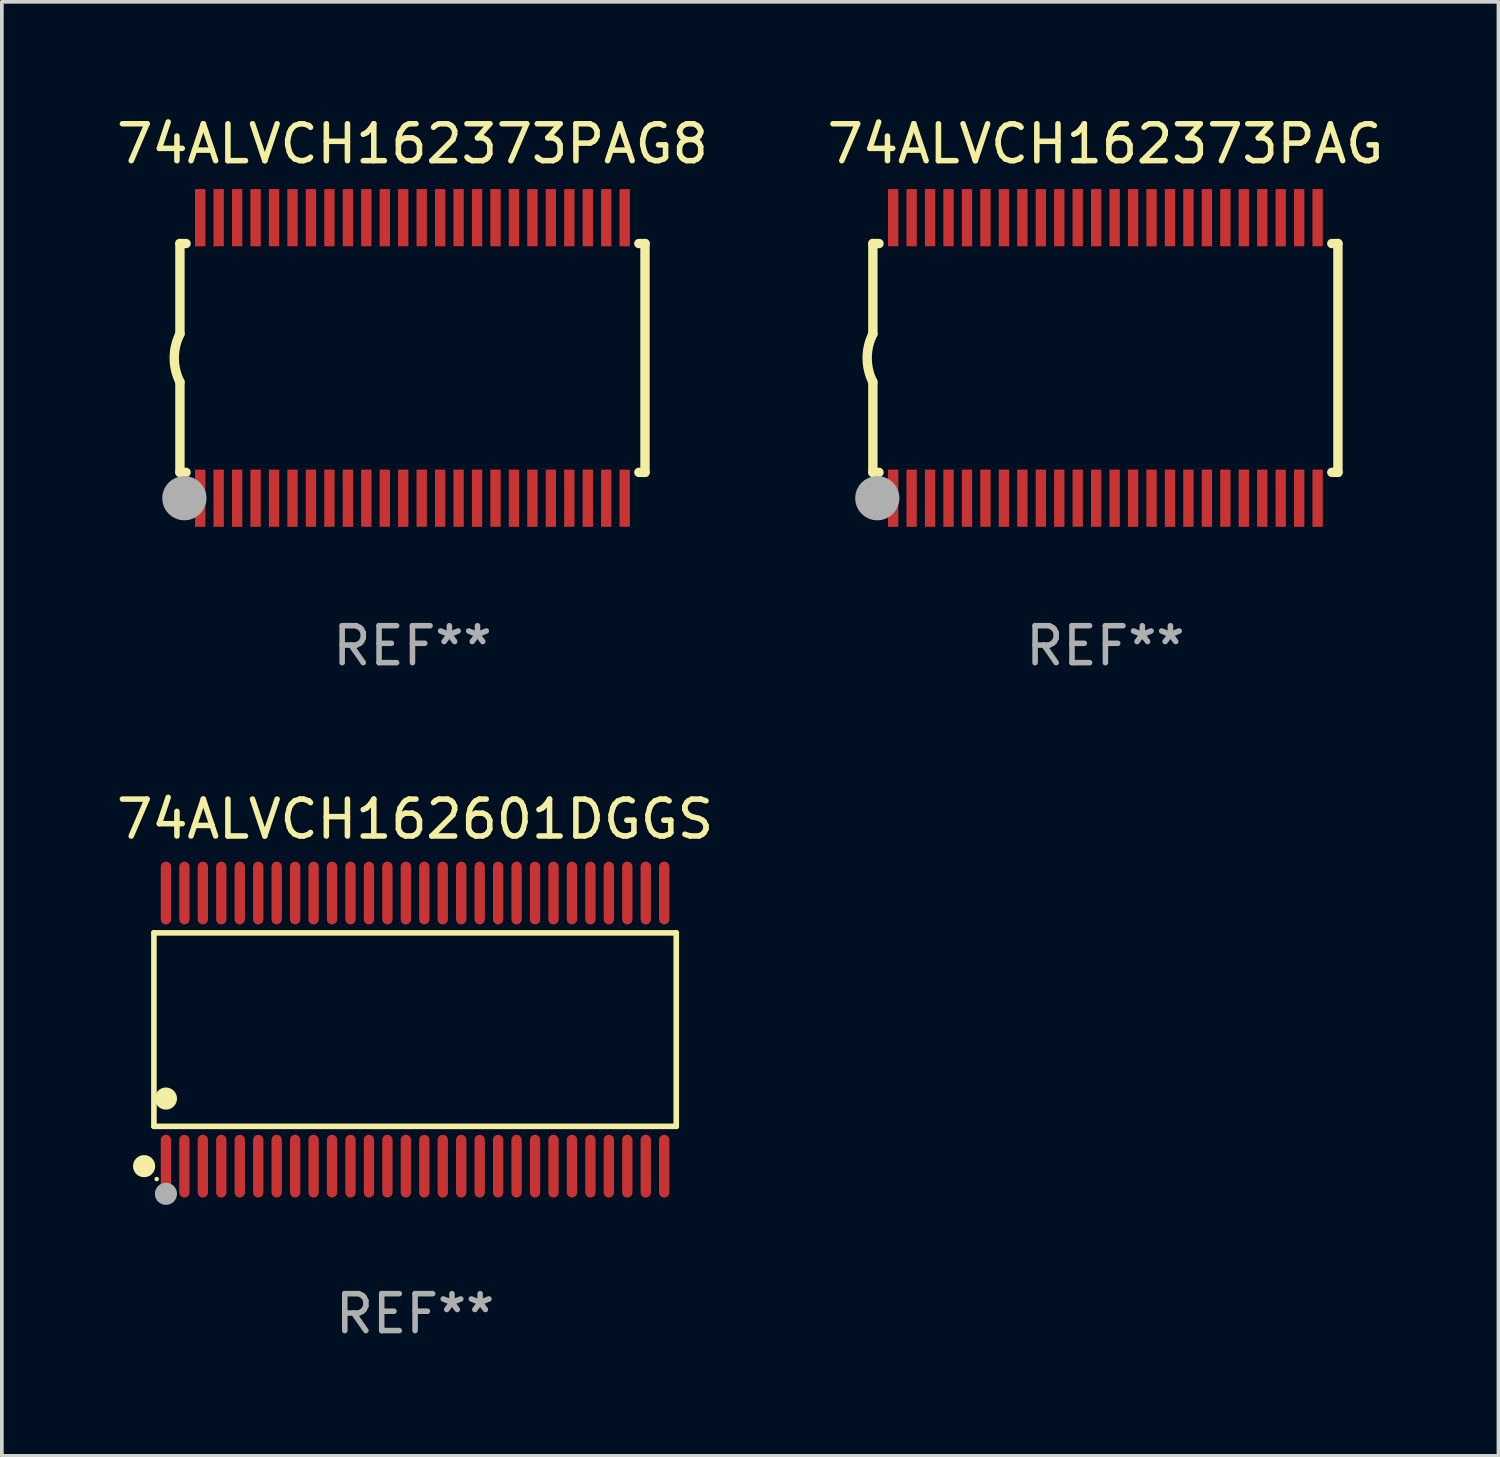
<source format=kicad_pcb>
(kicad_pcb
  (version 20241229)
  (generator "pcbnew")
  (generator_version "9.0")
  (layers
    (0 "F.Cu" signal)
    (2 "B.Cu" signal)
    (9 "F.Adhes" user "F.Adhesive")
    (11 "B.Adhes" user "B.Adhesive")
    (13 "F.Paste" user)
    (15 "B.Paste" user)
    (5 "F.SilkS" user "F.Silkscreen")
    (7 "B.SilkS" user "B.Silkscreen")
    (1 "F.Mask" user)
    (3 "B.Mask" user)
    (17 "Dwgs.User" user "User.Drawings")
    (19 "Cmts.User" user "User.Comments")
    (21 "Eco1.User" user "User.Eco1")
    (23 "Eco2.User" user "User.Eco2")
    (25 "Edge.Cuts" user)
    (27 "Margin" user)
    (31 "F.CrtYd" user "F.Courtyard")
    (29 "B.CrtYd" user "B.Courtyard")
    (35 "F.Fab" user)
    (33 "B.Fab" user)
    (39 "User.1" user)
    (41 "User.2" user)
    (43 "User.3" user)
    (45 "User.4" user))
  (footprint "74ALVCH162373PAG8"
    (layer "F.Cu")
    (at 8.125 6.648)
    (property "Reference" "74ALVCH162373PAG8" (at 0 -5.8 0) (layer "F.SilkS") (effects (font (size 1 1) (thickness 0.15))))
    (attr through_hole)
    (fp_line (start -6.3 -3.1) (end -6.3 -0.65) (stroke (width 0.254) (type solid)) (layer "F.SilkS"))
    (fp_line (start -6.3 -3.1) (end -6.134 -3.1) (stroke (width 0.254) (type solid)) (layer "F.SilkS"))
    (fp_line (start -6.3 3.1) (end -6.3 0.65) (stroke (width 0.254) (type solid)) (layer "F.SilkS"))
    (fp_line (start -6.3 3.1) (end -6.134 3.1) (stroke (width 0.254) (type solid)) (layer "F.SilkS"))
    (fp_line (start 6.134 -3.1) (end 6.3 -3.1) (stroke (width 0.254) (type solid)) (layer "F.SilkS"))
    (fp_line (start 6.134 3.1) (end 6.3 3.1) (stroke (width 0.254) (type solid)) (layer "F.SilkS"))
    (fp_line (start 6.3 -3.1) (end 6.3 3.1) (stroke (width 0.254) (type solid)) (layer "F.SilkS"))
    (fp_arc (start -6.301016 0.650114) (mid -6.45413 -0.000082) (end -6.3 -0.650038) (stroke (width 0.254001) (type solid)) (layer "F.SilkS"))
    (fp_circle (center -6.35 3.81) (end -6.223 3.81) (stroke (width 0.254) (type solid)) (fill no) (layer "F.SilkS"))
    (fp_circle (center -6.25 4.05) (end -6.22 4.05) (stroke (width 0.06) (type solid)) (fill no) (layer "F.SilkS"))
    (fp_circle (center -6.18 3.8) (end -5.88 3.8) (stroke (width 0.6) (type solid)) (fill no) (layer "F.Fab"))
    (fp_text user "REF**" (at 0 7.8 0) (layer "F.Fab") (effects (font (size 1 1) (thickness 0.15))))
    (pad "1" smd rect (at -5.75 3.8) (size 0.28 1.55) (layers "F.Cu" "F.Mask" "F.Paste"))
    (pad "2" smd rect (at -5.25 3.8) (size 0.28 1.55) (layers "F.Cu" "F.Mask" "F.Paste"))
    (pad "3" smd rect (at -4.75 3.8) (size 0.28 1.55) (layers "F.Cu" "F.Mask" "F.Paste"))
    (pad "4" smd rect (at -4.25 3.8) (size 0.28 1.55) (layers "F.Cu" "F.Mask" "F.Paste"))
    (pad "5" smd rect (at -3.75 3.8) (size 0.28 1.55) (layers "F.Cu" "F.Mask" "F.Paste"))
    (pad "6" smd rect (at -3.25 3.8) (size 0.28 1.55) (layers "F.Cu" "F.Mask" "F.Paste"))
    (pad "7" smd rect (at -2.75 3.8) (size 0.28 1.55) (layers "F.Cu" "F.Mask" "F.Paste"))
    (pad "8" smd rect (at -2.25 3.8) (size 0.28 1.55) (layers "F.Cu" "F.Mask" "F.Paste"))
    (pad "9" smd rect (at -1.75 3.8) (size 0.28 1.55) (layers "F.Cu" "F.Mask" "F.Paste"))
    (pad "10" smd rect (at -1.25 3.8) (size 0.28 1.55) (layers "F.Cu" "F.Mask" "F.Paste"))
    (pad "11" smd rect (at -0.75 3.8) (size 0.28 1.55) (layers "F.Cu" "F.Mask" "F.Paste"))
    (pad "12" smd rect (at -0.25 3.8) (size 0.28 1.55) (layers "F.Cu" "F.Mask" "F.Paste"))
    (pad "13" smd rect (at 0.25 3.8) (size 0.28 1.55) (layers "F.Cu" "F.Mask" "F.Paste"))
    (pad "14" smd rect (at 0.75 3.8) (size 0.28 1.55) (layers "F.Cu" "F.Mask" "F.Paste"))
    (pad "15" smd rect (at 1.25 3.8) (size 0.28 1.55) (layers "F.Cu" "F.Mask" "F.Paste"))
    (pad "16" smd rect (at 1.75 3.8) (size 0.28 1.55) (layers "F.Cu" "F.Mask" "F.Paste"))
    (pad "17" smd rect (at 2.25 3.8) (size 0.28 1.55) (layers "F.Cu" "F.Mask" "F.Paste"))
    (pad "18" smd rect (at 2.75 3.8) (size 0.28 1.55) (layers "F.Cu" "F.Mask" "F.Paste"))
    (pad "19" smd rect (at 3.25 3.8) (size 0.28 1.55) (layers "F.Cu" "F.Mask" "F.Paste"))
    (pad "20" smd rect (at 3.75 3.8) (size 0.28 1.55) (layers "F.Cu" "F.Mask" "F.Paste"))
    (pad "21" smd rect (at 4.25 3.8) (size 0.28 1.55) (layers "F.Cu" "F.Mask" "F.Paste"))
    (pad "22" smd rect (at 4.75 3.8) (size 0.28 1.55) (layers "F.Cu" "F.Mask" "F.Paste"))
    (pad "23" smd rect (at 5.25 3.8) (size 0.28 1.55) (layers "F.Cu" "F.Mask" "F.Paste"))
    (pad "24" smd rect (at 5.75 3.8) (size 0.28 1.55) (layers "F.Cu" "F.Mask" "F.Paste"))
    (pad "25" smd rect (at 5.75 -3.8) (size 0.28 1.55) (layers "F.Cu" "F.Mask" "F.Paste"))
    (pad "26" smd rect (at 5.25 -3.8) (size 0.28 1.55) (layers "F.Cu" "F.Mask" "F.Paste"))
    (pad "27" smd rect (at 4.75 -3.8) (size 0.28 1.55) (layers "F.Cu" "F.Mask" "F.Paste"))
    (pad "28" smd rect (at 4.25 -3.8) (size 0.28 1.55) (layers "F.Cu" "F.Mask" "F.Paste"))
    (pad "29" smd rect (at 3.75 -3.8) (size 0.28 1.55) (layers "F.Cu" "F.Mask" "F.Paste"))
    (pad "30" smd rect (at 3.25 -3.8) (size 0.28 1.55) (layers "F.Cu" "F.Mask" "F.Paste"))
    (pad "31" smd rect (at 2.75 -3.8) (size 0.28 1.55) (layers "F.Cu" "F.Mask" "F.Paste"))
    (pad "32" smd rect (at 2.25 -3.8) (size 0.28 1.55) (layers "F.Cu" "F.Mask" "F.Paste"))
    (pad "33" smd rect (at 1.75 -3.8) (size 0.28 1.55) (layers "F.Cu" "F.Mask" "F.Paste"))
    (pad "34" smd rect (at 1.25 -3.8) (size 0.28 1.55) (layers "F.Cu" "F.Mask" "F.Paste"))
    (pad "35" smd rect (at 0.75 -3.8) (size 0.28 1.55) (layers "F.Cu" "F.Mask" "F.Paste"))
    (pad "36" smd rect (at 0.25 -3.8) (size 0.28 1.55) (layers "F.Cu" "F.Mask" "F.Paste"))
    (pad "37" smd rect (at -0.25 -3.8) (size 0.28 1.55) (layers "F.Cu" "F.Mask" "F.Paste"))
    (pad "38" smd rect (at -0.75 -3.8) (size 0.28 1.55) (layers "F.Cu" "F.Mask" "F.Paste"))
    (pad "39" smd rect (at -1.25 -3.8) (size 0.28 1.55) (layers "F.Cu" "F.Mask" "F.Paste"))
    (pad "40" smd rect (at -1.75 -3.8) (size 0.28 1.55) (layers "F.Cu" "F.Mask" "F.Paste"))
    (pad "41" smd rect (at -2.25 -3.8) (size 0.28 1.55) (layers "F.Cu" "F.Mask" "F.Paste"))
    (pad "42" smd rect (at -2.75 -3.8) (size 0.28 1.55) (layers "F.Cu" "F.Mask" "F.Paste"))
    (pad "43" smd rect (at -3.25 -3.8) (size 0.28 1.55) (layers "F.Cu" "F.Mask" "F.Paste"))
    (pad "44" smd rect (at -3.75 -3.8) (size 0.28 1.55) (layers "F.Cu" "F.Mask" "F.Paste"))
    (pad "45" smd rect (at -4.25 -3.8) (size 0.28 1.55) (layers "F.Cu" "F.Mask" "F.Paste"))
    (pad "46" smd rect (at -4.75 -3.8) (size 0.28 1.55) (layers "F.Cu" "F.Mask" "F.Paste"))
    (pad "47" smd rect (at -5.25 -3.8) (size 0.28 1.55) (layers "F.Cu" "F.Mask" "F.Paste"))
    (pad "48" smd rect (at -5.75 -3.8) (size 0.28 1.55) (layers "F.Cu" "F.Mask" "F.Paste")))
  (footprint "74ALVCH162601DGGS"
    (layer "F.Cu")
    (at 8.196 24.845)
    (property "Reference" "74ALVCH162601DGGS" (at 0 -5.7 0) (layer "F.SilkS") (effects (font (size 1 1) (thickness 0.15))))
    (attr through_hole)
    (fp_line (start -7.076 -2.621) (end 7.076 -2.621) (stroke (width 0.152) (type solid)) (layer "F.SilkS"))
    (fp_line (start -7.076 2.621) (end -7.076 -2.621) (stroke (width 0.152) (type solid)) (layer "F.SilkS"))
    (fp_line (start 7.076 -2.621) (end 7.076 2.621) (stroke (width 0.152) (type solid)) (layer "F.SilkS"))
    (fp_line (start 7.076 2.621) (end -7.076 2.621) (stroke (width 0.152) (type solid)) (layer "F.SilkS"))
    (fp_circle (center -7.342 3.7) (end -7.192 3.7) (stroke (width 0.3) (type solid)) (fill no) (layer "F.SilkS"))
    (fp_circle (center -7 4.05) (end -6.97 4.05) (stroke (width 0.06) (type solid)) (fill no) (layer "F.SilkS"))
    (fp_circle (center -6.75 1.869) (end -6.6 1.869) (stroke (width 0.3) (type solid)) (fill no) (layer "F.SilkS"))
    (fp_circle (center -6.75 4.45) (end -6.6 4.45) (stroke (width 0.3) (type solid)) (fill no) (layer "F.Fab"))
    (fp_text user "REF**" (at 0 7.7 0) (layer "F.Fab") (effects (font (size 1 1) (thickness 0.15))))
    (pad "1" smd oval (at -6.75 3.7) (size 0.28 1.7) (layers "F.Cu" "F.Mask" "F.Paste"))
    (pad "2" smd oval (at -6.25 3.7) (size 0.28 1.7) (layers "F.Cu" "F.Mask" "F.Paste"))
    (pad "3" smd oval (at -5.75 3.7) (size 0.28 1.7) (layers "F.Cu" "F.Mask" "F.Paste"))
    (pad "4" smd oval (at -5.25 3.7) (size 0.28 1.7) (layers "F.Cu" "F.Mask" "F.Paste"))
    (pad "5" smd oval (at -4.75 3.7) (size 0.28 1.7) (layers "F.Cu" "F.Mask" "F.Paste"))
    (pad "6" smd oval (at -4.25 3.7) (size 0.28 1.7) (layers "F.Cu" "F.Mask" "F.Paste"))
    (pad "7" smd oval (at -3.75 3.7) (size 0.28 1.7) (layers "F.Cu" "F.Mask" "F.Paste"))
    (pad "8" smd oval (at -3.25 3.7) (size 0.28 1.7) (layers "F.Cu" "F.Mask" "F.Paste"))
    (pad "9" smd oval (at -2.75 3.7) (size 0.28 1.7) (layers "F.Cu" "F.Mask" "F.Paste"))
    (pad "10" smd oval (at -2.25 3.7) (size 0.28 1.7) (layers "F.Cu" "F.Mask" "F.Paste"))
    (pad "11" smd oval (at -1.75 3.7) (size 0.28 1.7) (layers "F.Cu" "F.Mask" "F.Paste"))
    (pad "12" smd oval (at -1.25 3.7) (size 0.28 1.7) (layers "F.Cu" "F.Mask" "F.Paste"))
    (pad "13" smd oval (at -0.75 3.7) (size 0.28 1.7) (layers "F.Cu" "F.Mask" "F.Paste"))
    (pad "14" smd oval (at -0.25 3.7) (size 0.28 1.7) (layers "F.Cu" "F.Mask" "F.Paste"))
    (pad "15" smd oval (at 0.25 3.7) (size 0.28 1.7) (layers "F.Cu" "F.Mask" "F.Paste"))
    (pad "16" smd oval (at 0.75 3.7) (size 0.28 1.7) (layers "F.Cu" "F.Mask" "F.Paste"))
    (pad "17" smd oval (at 1.25 3.7) (size 0.28 1.7) (layers "F.Cu" "F.Mask" "F.Paste"))
    (pad "18" smd oval (at 1.75 3.7) (size 0.28 1.7) (layers "F.Cu" "F.Mask" "F.Paste"))
    (pad "19" smd oval (at 2.25 3.7) (size 0.28 1.7) (layers "F.Cu" "F.Mask" "F.Paste"))
    (pad "20" smd oval (at 2.75 3.7) (size 0.28 1.7) (layers "F.Cu" "F.Mask" "F.Paste"))
    (pad "21" smd oval (at 3.25 3.7) (size 0.28 1.7) (layers "F.Cu" "F.Mask" "F.Paste"))
    (pad "22" smd oval (at 3.75 3.7) (size 0.28 1.7) (layers "F.Cu" "F.Mask" "F.Paste"))
    (pad "23" smd oval (at 4.25 3.7) (size 0.28 1.7) (layers "F.Cu" "F.Mask" "F.Paste"))
    (pad "24" smd oval (at 4.75 3.7) (size 0.28 1.7) (layers "F.Cu" "F.Mask" "F.Paste"))
    (pad "25" smd oval (at 5.25 3.7) (size 0.28 1.7) (layers "F.Cu" "F.Mask" "F.Paste"))
    (pad "26" smd oval (at 5.75 3.7) (size 0.28 1.7) (layers "F.Cu" "F.Mask" "F.Paste"))
    (pad "27" smd oval (at 6.25 3.7) (size 0.28 1.7) (layers "F.Cu" "F.Mask" "F.Paste"))
    (pad "28" smd oval (at 6.75 3.7) (size 0.28 1.7) (layers "F.Cu" "F.Mask" "F.Paste"))
    (pad "29" smd oval (at 6.75 -3.7) (size 0.28 1.7) (layers "F.Cu" "F.Mask" "F.Paste"))
    (pad "30" smd oval (at 6.25 -3.7) (size 0.28 1.7) (layers "F.Cu" "F.Mask" "F.Paste"))
    (pad "31" smd oval (at 5.75 -3.7) (size 0.28 1.7) (layers "F.Cu" "F.Mask" "F.Paste"))
    (pad "32" smd oval (at 5.25 -3.7) (size 0.28 1.7) (layers "F.Cu" "F.Mask" "F.Paste"))
    (pad "33" smd oval (at 4.75 -3.7) (size 0.28 1.7) (layers "F.Cu" "F.Mask" "F.Paste"))
    (pad "34" smd oval (at 4.25 -3.7) (size 0.28 1.7) (layers "F.Cu" "F.Mask" "F.Paste"))
    (pad "35" smd oval (at 3.75 -3.7) (size 0.28 1.7) (layers "F.Cu" "F.Mask" "F.Paste"))
    (pad "36" smd oval (at 3.25 -3.7) (size 0.28 1.7) (layers "F.Cu" "F.Mask" "F.Paste"))
    (pad "37" smd oval (at 2.75 -3.7) (size 0.28 1.7) (layers "F.Cu" "F.Mask" "F.Paste"))
    (pad "38" smd oval (at 2.25 -3.7) (size 0.28 1.7) (layers "F.Cu" "F.Mask" "F.Paste"))
    (pad "39" smd oval (at 1.75 -3.7) (size 0.28 1.7) (layers "F.Cu" "F.Mask" "F.Paste"))
    (pad "40" smd oval (at 1.25 -3.7) (size 0.28 1.7) (layers "F.Cu" "F.Mask" "F.Paste"))
    (pad "41" smd oval (at 0.75 -3.7) (size 0.28 1.7) (layers "F.Cu" "F.Mask" "F.Paste"))
    (pad "42" smd oval (at 0.25 -3.7) (size 0.28 1.7) (layers "F.Cu" "F.Mask" "F.Paste"))
    (pad "43" smd oval (at -0.25 -3.7) (size 0.28 1.7) (layers "F.Cu" "F.Mask" "F.Paste"))
    (pad "44" smd oval (at -0.75 -3.7) (size 0.28 1.7) (layers "F.Cu" "F.Mask" "F.Paste"))
    (pad "45" smd oval (at -1.25 -3.7) (size 0.28 1.7) (layers "F.Cu" "F.Mask" "F.Paste"))
    (pad "46" smd oval (at -1.75 -3.7) (size 0.28 1.7) (layers "F.Cu" "F.Mask" "F.Paste"))
    (pad "47" smd oval (at -2.25 -3.7) (size 0.28 1.7) (layers "F.Cu" "F.Mask" "F.Paste"))
    (pad "48" smd oval (at -2.75 -3.7) (size 0.28 1.7) (layers "F.Cu" "F.Mask" "F.Paste"))
    (pad "49" smd oval (at -3.25 -3.7) (size 0.28 1.7) (layers "F.Cu" "F.Mask" "F.Paste"))
    (pad "50" smd oval (at -3.75 -3.7) (size 0.28 1.7) (layers "F.Cu" "F.Mask" "F.Paste"))
    (pad "51" smd oval (at -4.25 -3.7) (size 0.28 1.7) (layers "F.Cu" "F.Mask" "F.Paste"))
    (pad "52" smd oval (at -4.75 -3.7) (size 0.28 1.7) (layers "F.Cu" "F.Mask" "F.Paste"))
    (pad "53" smd oval (at -5.25 -3.7) (size 0.28 1.7) (layers "F.Cu" "F.Mask" "F.Paste"))
    (pad "54" smd oval (at -5.75 -3.7) (size 0.28 1.7) (layers "F.Cu" "F.Mask" "F.Paste"))
    (pad "55" smd oval (at -6.25 -3.7) (size 0.28 1.7) (layers "F.Cu" "F.Mask" "F.Paste"))
    (pad "56" smd oval (at -6.75 -3.7) (size 0.28 1.7) (layers "F.Cu" "F.Mask" "F.Paste")))
  (footprint "74ALVCH162373PAG"
    (layer "F.Cu")
    (at 26.899 6.648)
    (property "Reference" "74ALVCH162373PAG" (at 0 -5.8 0) (layer "F.SilkS") (effects (font (size 1 1) (thickness 0.15))))
    (attr through_hole)
    (fp_line (start -6.3 -3.1) (end -6.3 -0.65) (stroke (width 0.254) (type solid)) (layer "F.SilkS"))
    (fp_line (start -6.3 -3.1) (end -6.134 -3.1) (stroke (width 0.254) (type solid)) (layer "F.SilkS"))
    (fp_line (start -6.3 3.1) (end -6.3 0.65) (stroke (width 0.254) (type solid)) (layer "F.SilkS"))
    (fp_line (start -6.3 3.1) (end -6.134 3.1) (stroke (width 0.254) (type solid)) (layer "F.SilkS"))
    (fp_line (start 6.134 -3.1) (end 6.3 -3.1) (stroke (width 0.254) (type solid)) (layer "F.SilkS"))
    (fp_line (start 6.134 3.1) (end 6.3 3.1) (stroke (width 0.254) (type solid)) (layer "F.SilkS"))
    (fp_line (start 6.3 -3.1) (end 6.3 3.1) (stroke (width 0.254) (type solid)) (layer "F.SilkS"))
    (fp_arc (start -6.301016 0.650114) (mid -6.45413 -0.000082) (end -6.3 -0.650038) (stroke (width 0.254001) (type solid)) (layer "F.SilkS"))
    (fp_circle (center -6.35 3.81) (end -6.223 3.81) (stroke (width 0.254) (type solid)) (fill no) (layer "F.SilkS"))
    (fp_circle (center -6.25 4.05) (end -6.22 4.05) (stroke (width 0.06) (type solid)) (fill no) (layer "F.SilkS"))
    (fp_circle (center -6.18 3.8) (end -5.88 3.8) (stroke (width 0.6) (type solid)) (fill no) (layer "F.Fab"))
    (fp_text user "REF**" (at 0 7.8 0) (layer "F.Fab") (effects (font (size 1 1) (thickness 0.15))))
    (pad "1" smd rect (at -5.75 3.8) (size 0.28 1.55) (layers "F.Cu" "F.Mask" "F.Paste"))
    (pad "2" smd rect (at -5.25 3.8) (size 0.28 1.55) (layers "F.Cu" "F.Mask" "F.Paste"))
    (pad "3" smd rect (at -4.75 3.8) (size 0.28 1.55) (layers "F.Cu" "F.Mask" "F.Paste"))
    (pad "4" smd rect (at -4.25 3.8) (size 0.28 1.55) (layers "F.Cu" "F.Mask" "F.Paste"))
    (pad "5" smd rect (at -3.75 3.8) (size 0.28 1.55) (layers "F.Cu" "F.Mask" "F.Paste"))
    (pad "6" smd rect (at -3.25 3.8) (size 0.28 1.55) (layers "F.Cu" "F.Mask" "F.Paste"))
    (pad "7" smd rect (at -2.75 3.8) (size 0.28 1.55) (layers "F.Cu" "F.Mask" "F.Paste"))
    (pad "8" smd rect (at -2.25 3.8) (size 0.28 1.55) (layers "F.Cu" "F.Mask" "F.Paste"))
    (pad "9" smd rect (at -1.75 3.8) (size 0.28 1.55) (layers "F.Cu" "F.Mask" "F.Paste"))
    (pad "10" smd rect (at -1.25 3.8) (size 0.28 1.55) (layers "F.Cu" "F.Mask" "F.Paste"))
    (pad "11" smd rect (at -0.75 3.8) (size 0.28 1.55) (layers "F.Cu" "F.Mask" "F.Paste"))
    (pad "12" smd rect (at -0.25 3.8) (size 0.28 1.55) (layers "F.Cu" "F.Mask" "F.Paste"))
    (pad "13" smd rect (at 0.25 3.8) (size 0.28 1.55) (layers "F.Cu" "F.Mask" "F.Paste"))
    (pad "14" smd rect (at 0.75 3.8) (size 0.28 1.55) (layers "F.Cu" "F.Mask" "F.Paste"))
    (pad "15" smd rect (at 1.25 3.8) (size 0.28 1.55) (layers "F.Cu" "F.Mask" "F.Paste"))
    (pad "16" smd rect (at 1.75 3.8) (size 0.28 1.55) (layers "F.Cu" "F.Mask" "F.Paste"))
    (pad "17" smd rect (at 2.25 3.8) (size 0.28 1.55) (layers "F.Cu" "F.Mask" "F.Paste"))
    (pad "18" smd rect (at 2.75 3.8) (size 0.28 1.55) (layers "F.Cu" "F.Mask" "F.Paste"))
    (pad "19" smd rect (at 3.25 3.8) (size 0.28 1.55) (layers "F.Cu" "F.Mask" "F.Paste"))
    (pad "20" smd rect (at 3.75 3.8) (size 0.28 1.55) (layers "F.Cu" "F.Mask" "F.Paste"))
    (pad "21" smd rect (at 4.25 3.8) (size 0.28 1.55) (layers "F.Cu" "F.Mask" "F.Paste"))
    (pad "22" smd rect (at 4.75 3.8) (size 0.28 1.55) (layers "F.Cu" "F.Mask" "F.Paste"))
    (pad "23" smd rect (at 5.25 3.8) (size 0.28 1.55) (layers "F.Cu" "F.Mask" "F.Paste"))
    (pad "24" smd rect (at 5.75 3.8) (size 0.28 1.55) (layers "F.Cu" "F.Mask" "F.Paste"))
    (pad "25" smd rect (at 5.75 -3.8) (size 0.28 1.55) (layers "F.Cu" "F.Mask" "F.Paste"))
    (pad "26" smd rect (at 5.25 -3.8) (size 0.28 1.55) (layers "F.Cu" "F.Mask" "F.Paste"))
    (pad "27" smd rect (at 4.75 -3.8) (size 0.28 1.55) (layers "F.Cu" "F.Mask" "F.Paste"))
    (pad "28" smd rect (at 4.25 -3.8) (size 0.28 1.55) (layers "F.Cu" "F.Mask" "F.Paste"))
    (pad "29" smd rect (at 3.75 -3.8) (size 0.28 1.55) (layers "F.Cu" "F.Mask" "F.Paste"))
    (pad "30" smd rect (at 3.25 -3.8) (size 0.28 1.55) (layers "F.Cu" "F.Mask" "F.Paste"))
    (pad "31" smd rect (at 2.75 -3.8) (size 0.28 1.55) (layers "F.Cu" "F.Mask" "F.Paste"))
    (pad "32" smd rect (at 2.25 -3.8) (size 0.28 1.55) (layers "F.Cu" "F.Mask" "F.Paste"))
    (pad "33" smd rect (at 1.75 -3.8) (size 0.28 1.55) (layers "F.Cu" "F.Mask" "F.Paste"))
    (pad "34" smd rect (at 1.25 -3.8) (size 0.28 1.55) (layers "F.Cu" "F.Mask" "F.Paste"))
    (pad "35" smd rect (at 0.75 -3.8) (size 0.28 1.55) (layers "F.Cu" "F.Mask" "F.Paste"))
    (pad "36" smd rect (at 0.25 -3.8) (size 0.28 1.55) (layers "F.Cu" "F.Mask" "F.Paste"))
    (pad "37" smd rect (at -0.25 -3.8) (size 0.28 1.55) (layers "F.Cu" "F.Mask" "F.Paste"))
    (pad "38" smd rect (at -0.75 -3.8) (size 0.28 1.55) (layers "F.Cu" "F.Mask" "F.Paste"))
    (pad "39" smd rect (at -1.25 -3.8) (size 0.28 1.55) (layers "F.Cu" "F.Mask" "F.Paste"))
    (pad "40" smd rect (at -1.75 -3.8) (size 0.28 1.55) (layers "F.Cu" "F.Mask" "F.Paste"))
    (pad "41" smd rect (at -2.25 -3.8) (size 0.28 1.55) (layers "F.Cu" "F.Mask" "F.Paste"))
    (pad "42" smd rect (at -2.75 -3.8) (size 0.28 1.55) (layers "F.Cu" "F.Mask" "F.Paste"))
    (pad "43" smd rect (at -3.25 -3.8) (size 0.28 1.55) (layers "F.Cu" "F.Mask" "F.Paste"))
    (pad "44" smd rect (at -3.75 -3.8) (size 0.28 1.55) (layers "F.Cu" "F.Mask" "F.Paste"))
    (pad "45" smd rect (at -4.25 -3.8) (size 0.28 1.55) (layers "F.Cu" "F.Mask" "F.Paste"))
    (pad "46" smd rect (at -4.75 -3.8) (size 0.28 1.55) (layers "F.Cu" "F.Mask" "F.Paste"))
    (pad "47" smd rect (at -5.25 -3.8) (size 0.28 1.55) (layers "F.Cu" "F.Mask" "F.Paste"))
    (pad "48" smd rect (at -5.75 -3.8) (size 0.28 1.55) (layers "F.Cu" "F.Mask" "F.Paste")))
  (gr_rect
    (start -3 -3)
    (end 37.548 36.393)
    (stroke (width 0.1) (type default))
    (fill no)
    (layer "Edge.Cuts")))
</source>
